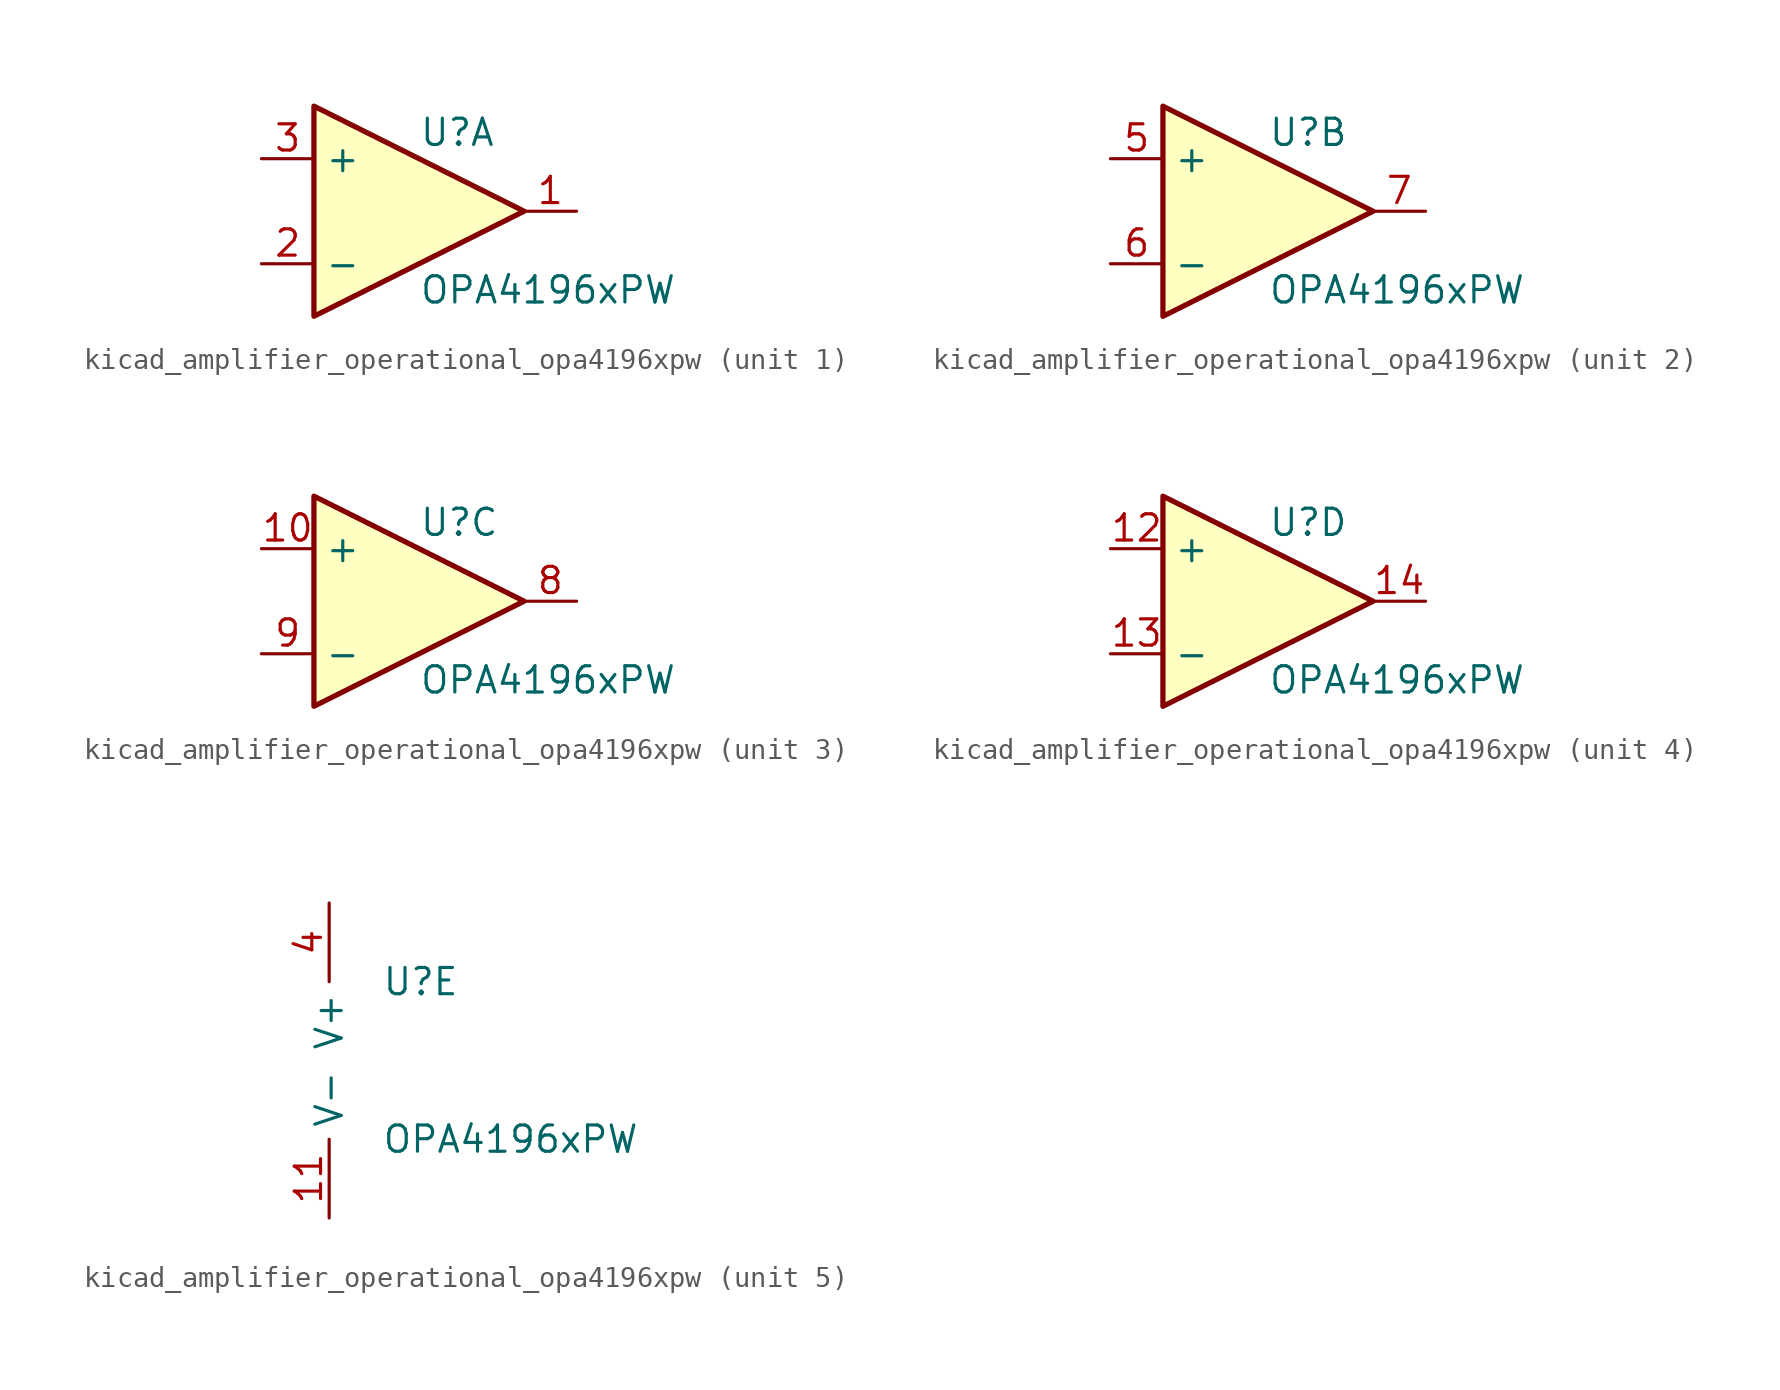
<source format=kicad_sym>
(kicad_symbol_lib
  (version 20220914)
  (generator kicad_symbol_editor)
  (symbol "kicad_amplifier_operational_opa4196xpw"
    (property "Reference" "U"
      (at 0 3.81 0)
      (effects (font (size 1.27 1.27)) (justify left)))
    (property "Value" "OPA4196xPW"
      (at 0 -3.81 0)
      (effects (font (size 1.27 1.27)) (justify left)))
    (property "ki_locked" ""
      (at 0 0 0)
      (effects (font (size 1.27 1.27))))
    (symbol "kicad_amplifier_operational_opa4196xpw_1_1"
      (polyline (pts (xy -5.08 5.08) (xy 5.08 0) (xy -5.08 -5.08) (xy -5.08 5.08)) (stroke (width 0.254) (type default)) (fill (type background)))
      (pin output line (at 7.62 0 180) (length 2.54) (name "~" (effects (font (size 1.27 1.27)))) (number "1" (effects (font (size 1.27 1.27)))))
      (pin input line (at -7.62 -2.54 0) (length 2.54) (name "-" (effects (font (size 1.27 1.27)))) (number "2" (effects (font (size 1.27 1.27)))))
      (pin input line (at -7.62 2.54 0) (length 2.54) (name "+" (effects (font (size 1.27 1.27)))) (number "3" (effects (font (size 1.27 1.27))))))
    (symbol "kicad_amplifier_operational_opa4196xpw_2_1"
      (polyline (pts (xy -5.08 5.08) (xy 5.08 0) (xy -5.08 -5.08) (xy -5.08 5.08)) (stroke (width 0.254) (type default)) (fill (type background)))
      (pin input line (at -7.62 2.54 0) (length 2.54) (name "+" (effects (font (size 1.27 1.27)))) (number "5" (effects (font (size 1.27 1.27)))))
      (pin input line (at -7.62 -2.54 0) (length 2.54) (name "-" (effects (font (size 1.27 1.27)))) (number "6" (effects (font (size 1.27 1.27)))))
      (pin output line (at 7.62 0 180) (length 2.54) (name "~" (effects (font (size 1.27 1.27)))) (number "7" (effects (font (size 1.27 1.27))))))
    (symbol "kicad_amplifier_operational_opa4196xpw_3_1"
      (polyline (pts (xy -5.08 5.08) (xy 5.08 0) (xy -5.08 -5.08) (xy -5.08 5.08)) (stroke (width 0.254) (type default)) (fill (type background)))
      (pin input line (at -7.62 2.54 0) (length 2.54) (name "+" (effects (font (size 1.27 1.27)))) (number "10" (effects (font (size 1.27 1.27)))))
      (pin output line (at 7.62 0 180) (length 2.54) (name "~" (effects (font (size 1.27 1.27)))) (number "8" (effects (font (size 1.27 1.27)))))
      (pin input line (at -7.62 -2.54 0) (length 2.54) (name "-" (effects (font (size 1.27 1.27)))) (number "9" (effects (font (size 1.27 1.27))))))
    (symbol "kicad_amplifier_operational_opa4196xpw_4_1"
      (polyline (pts (xy -5.08 5.08) (xy 5.08 0) (xy -5.08 -5.08) (xy -5.08 5.08)) (stroke (width 0.254) (type default)) (fill (type background)))
      (pin input line (at -7.62 2.54 0) (length 2.54) (name "+" (effects (font (size 1.27 1.27)))) (number "12" (effects (font (size 1.27 1.27)))))
      (pin input line (at -7.62 -2.54 0) (length 2.54) (name "-" (effects (font (size 1.27 1.27)))) (number "13" (effects (font (size 1.27 1.27)))))
      (pin output line (at 7.62 0 180) (length 2.54) (name "~" (effects (font (size 1.27 1.27)))) (number "14" (effects (font (size 1.27 1.27))))))
    (symbol "kicad_amplifier_operational_opa4196xpw_5_1"
      (pin power_in line (at -2.54 -7.62 90) (length 3.81) (name "V-" (effects (font (size 1.27 1.27)))) (number "11" (effects (font (size 1.27 1.27)))))
      (pin power_in line (at -2.54 7.62 270) (length 3.81) (name "V+" (effects (font (size 1.27 1.27)))) (number "4" (effects (font (size 1.27 1.27))))))))
</source>
